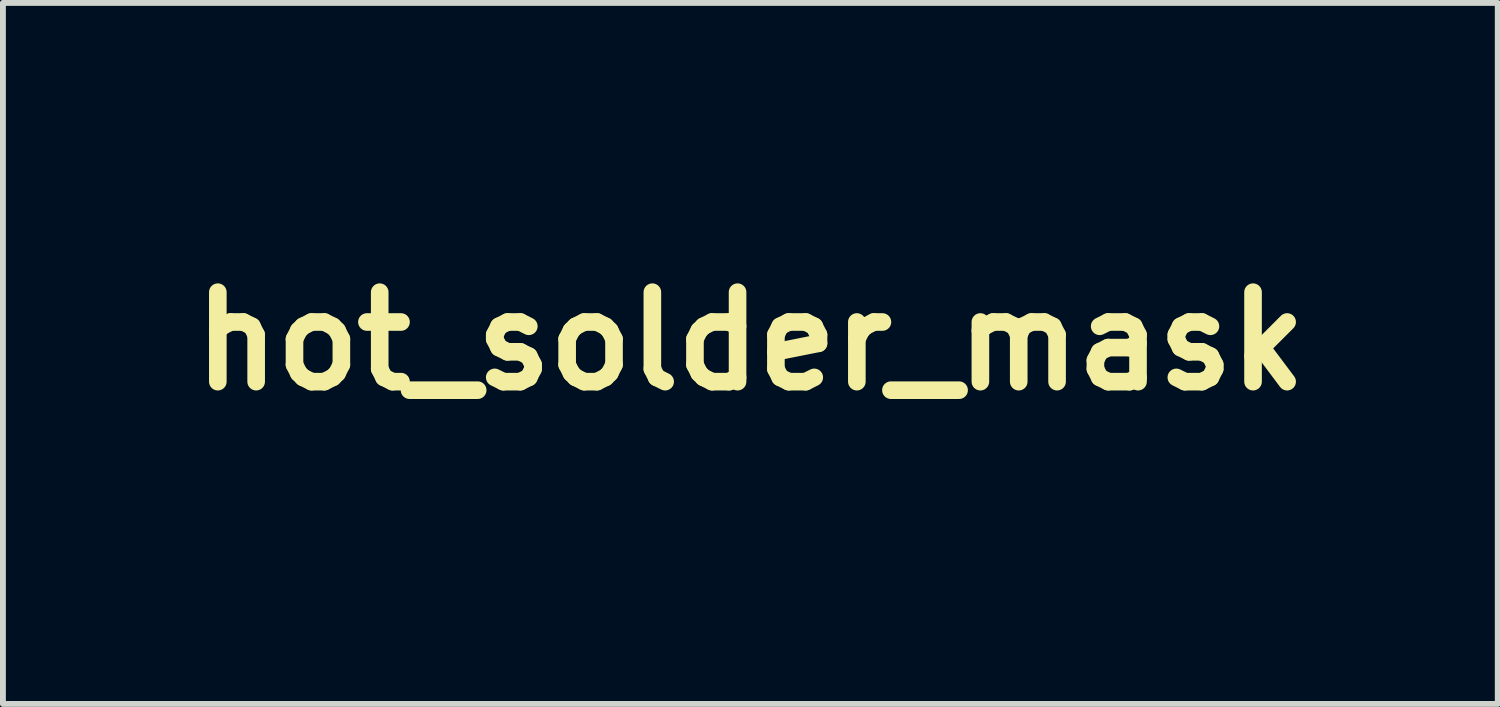
<source format=kicad_pcb>
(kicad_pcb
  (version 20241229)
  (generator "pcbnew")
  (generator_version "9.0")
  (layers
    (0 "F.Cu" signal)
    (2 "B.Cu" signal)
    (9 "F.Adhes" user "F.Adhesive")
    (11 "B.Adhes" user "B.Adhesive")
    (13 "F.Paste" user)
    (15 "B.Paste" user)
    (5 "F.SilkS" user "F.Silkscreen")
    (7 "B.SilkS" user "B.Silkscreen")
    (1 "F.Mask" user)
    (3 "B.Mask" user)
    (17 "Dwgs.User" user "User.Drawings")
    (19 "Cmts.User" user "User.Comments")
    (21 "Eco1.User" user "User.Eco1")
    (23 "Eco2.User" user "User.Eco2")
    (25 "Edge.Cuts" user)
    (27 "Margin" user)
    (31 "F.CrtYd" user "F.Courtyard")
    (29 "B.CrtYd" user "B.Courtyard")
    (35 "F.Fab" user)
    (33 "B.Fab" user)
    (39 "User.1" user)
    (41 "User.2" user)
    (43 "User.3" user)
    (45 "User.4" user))
  (footprint "hot_solder_mask"
    (layer "F.Cu")
    (at 9.732 2.762)
    (property "Reference" "hot_solder_mask" (at 0 0 0) (layer "F.SilkS") (effects (font (size 1.524 1.524) (thickness 0.3))))
    (attr through_hole)
    (fp_poly (pts (xy 0.112 -1.454) (xy 0.454 -1.028) (xy 0.671 -0.566) (xy 0.776 -0.027) (xy 0.791 0.436) (xy 0.741 1.063) (xy 0.614 1.548) (xy 0.403 1.9) (xy 0.103 2.131) (xy -0.212 2.236) (xy -0.524 2.222) (xy -0.725 2.128) (xy -0.932 1.97) (xy -1.171 1.742) (xy -1.293 1.609) (xy -1.556 1.193) (xy -1.642 0.841) (xy -1.145 0.841) (xy -1.122 1.192) (xy -1.014 1.457) (xy -0.943 1.531) (xy -0.657 1.675) (xy -0.368 1.65) (xy -0.133 1.503) (xy 0.045 1.293) (xy 0.197 1.03) (xy 0.211 0.995) (xy 0.289 0.792) (xy 0.29 0.702) (xy 0.204 0.678) (xy 0.128 0.677) (xy -0.023 0.704) (xy -0.079 0.817) (xy -0.085 0.937) (xy -0.101 1.114) (xy -0.171 1.161) (xy -0.256 1.142) (xy -0.439 1.153) (xy -0.592 1.285) (xy -0.756 1.482) (xy -0.759 1.155) (xy -0.776 0.943) (xy -0.829 0.868) (xy -0.889 0.877) (xy -1.001 0.891) (xy -0.986 0.805) (xy -0.874 0.661) (xy -0.784 0.518) (xy -0.829 0.407) (xy -0.832 0.404) (xy -0.853 0.371) (xy -0.632 0.371) (xy -0.627 0.569) (xy -0.598 0.85) (xy -0.522 0.892) (xy -0.423 0.908) (xy -0.283 0.864) (xy -0.254 0.757) (xy -0.205 0.63) (xy -0.036 0.593) (xy -0.028 0.593) (xy 0.199 0.593) (xy -0.004 0.377) (xy -0.13 0.203) (xy -0.119 0.103) (xy -0.116 0.101) (xy -0.032 -0.028) (xy -0.023 -0.085) (xy 0.01 -0.268) (xy 0.047 -0.381) (xy 0.085 -0.495) (xy 0.044 -0.487) (xy -0.056 -0.402) (xy -0.199 -0.311) (xy -0.282 -0.31) (xy -0.33 -0.293) (xy -0.339 -0.226) (xy -0.377 -0.104) (xy -0.415 -0.085) (xy -0.459 -0.017) (xy -0.448 0.085) (xy -0.455 0.226) (xy -0.531 0.254) (xy -0.601 0.278) (xy -0.632 0.371) (xy -0.853 0.371) (xy -0.925 0.261) (xy -0.865 0.182) (xy -0.762 0.169) (xy -0.621 0.115) (xy -0.605 -0.017) (xy -0.694 -0.152) (xy -0.738 -0.23) (xy -0.635 -0.254) (xy -0.61 -0.254) (xy -0.478 -0.285) (xy -0.427 -0.41) (xy -0.421 -0.529) (xy -0.413 -0.709) (xy -0.379 -0.74) (xy -0.293 -0.641) (xy -0.288 -0.635) (xy -0.185 -0.52) (xy -0.11 -0.539) (xy -0.049 -0.614) (xy 0.076 -0.744) (xy 0.146 -0.717) (xy 0.169 -0.528) (xy 0.169 -0.515) (xy 0.202 -0.325) (xy 0.275 -0.229) (xy 0.314 -0.158) (xy 0.215 -0.017) (xy 0.2 -0.001) (xy 0.08 0.138) (xy 0.076 0.23) (xy 0.179 0.348) (xy 0.312 0.467) (xy 0.381 0.508) (xy 0.414 0.432) (xy 0.425 0.238) (xy 0.417 -0.028) (xy 0.392 -0.315) (xy 0.352 -0.575) (xy 0.323 -0.697) (xy 0.217 -0.959) (xy 0.084 -1.067) (xy -0.11 -1.032) (xy -0.305 -0.926) (xy -0.568 -0.693) (xy -0.793 -0.363) (xy -0.971 0.027) (xy -1.091 0.44) (xy -1.145 0.841) (xy -1.642 0.841) (xy -1.67 0.727) (xy -1.636 0.202) (xy -1.454 -0.391) (xy -1.297 -0.737) (xy -1.062 -1.103) (xy -0.74 -1.397) (xy -0.634 -1.471) (xy -0.191 -1.765) (xy 0.112 -1.454)) (stroke (width 0.01) (type solid)) (fill yes) (layer "F.Mask"))
    (fp_poly (pts (xy -5.095 -2.681) (xy -5.063 -2.595) (xy -5.022 -2.312) (xy -5.069 -2.148) (xy -5.146 -2.011) (xy -5.233 -1.998) (xy -5.376 -2.082) (xy -5.528 -2.167) (xy -5.578 -2.146) (xy -5.531 -2.005) (xy -5.453 -1.847) (xy -5.318 -1.586) (xy -5.559 -1.646) (xy -5.8 -1.706) (xy -5.508 -1.403) (xy -5.342 -1.225) (xy -5.287 -1.135) (xy -5.331 -1.104) (xy -5.402 -1.101) (xy -5.544 -1.081) (xy -5.573 -0.999) (xy -5.495 -0.823) (xy -5.461 -0.762) (xy -5.356 -0.547) (xy -5.361 -0.446) (xy -5.478 -0.442) (xy -5.503 -0.448) (xy -5.648 -0.455) (xy -5.652 -0.372) (xy -5.567 -0.265) (xy -5.517 -0.165) (xy -5.594 -0.052) (xy -5.653 -0.000112) (xy -5.754 0.13) (xy -5.748 0.228) (xy -5.651 0.242) (xy -5.588 0.212) (xy -5.513 0.205) (xy -5.519 0.288) (xy -5.592 0.393) (xy -5.621 0.505) (xy -5.549 0.59) (xy -5.432 0.73) (xy -5.452 0.825) (xy -5.546 0.847) (xy -5.66 0.888) (xy -5.631 1.003) (xy -5.5 1.146) (xy -5.327 1.303) (xy -5.515 1.403) (xy -5.703 1.504) (xy -5.524 1.615) (xy -5.346 1.727) (xy -5.515 1.964) (xy -5.684 2.201) (xy -5.506 2.201) (xy -5.382 2.224) (xy -5.395 2.324) (xy -5.416 2.365) (xy -5.493 2.537) (xy -5.463 2.581) (xy -5.316 2.505) (xy -5.277 2.48) (xy -5.051 2.332) (xy -5.107 2.627) (xy -5.163 2.921) (xy -4.997 2.709) (xy -4.884 2.595) (xy -4.829 2.593) (xy -4.828 2.603) (xy -4.797 2.714) (xy -4.735 2.7) (xy -4.676 2.592) (xy -4.657 2.455) (xy -4.633 2.277) (xy -4.577 2.201) (xy -4.576 2.201) (xy -4.554 2.134) (xy -4.596 1.965) (xy -4.62 1.905) (xy -4.686 1.697) (xy -4.664 1.61) (xy -4.654 1.609) (xy -4.603 1.534) (xy -4.618 1.324) (xy -4.62 1.312) (xy -4.638 1.106) (xy -4.599 1.017) (xy -4.591 1.016) (xy -4.507 0.945) (xy -4.458 0.827) (xy -4.414 0.695) (xy -4.358 0.711) (xy -4.284 0.806) (xy -4.188 0.919) (xy -4.134 0.896) (xy -4.103 0.826) (xy -4.014 0.698) (xy -3.928 0.696) (xy -3.895 0.802) (xy -3.839 0.887) (xy -3.768 0.877) (xy -3.658 0.873) (xy -3.664 0.979) (xy -3.772 1.166) (xy -3.857 1.302) (xy -3.837 1.35) (xy -3.772 1.355) (xy -3.657 1.389) (xy -3.641 1.42) (xy -3.685 1.532) (xy -3.772 1.674) (xy -3.855 1.811) (xy -3.864 1.863) (xy -3.76 1.889) (xy -3.69 1.914) (xy -3.625 1.918) (xy -3.585 1.851) (xy -3.564 1.682) (xy -3.556 1.384) (xy -3.556 1.237) (xy -3.556 0.508) (xy -4.826 0.508) (xy -4.826 1.439) (xy -4.832 1.814) (xy -4.849 2.116) (xy -4.873 2.312) (xy -4.898 2.371) (xy -5.005 2.314) (xy -5.103 2.222) (xy -5.172 2.094) (xy -5.221 1.867) (xy -5.255 1.517) (xy -5.271 1.185) (xy -5.291 0.794) (xy -5.319 0.451) (xy -5.351 0.2) (xy -5.372 0.106) (xy -5.397 -0.041) (xy -5.314 -0.084) (xy -5.302 -0.085) (xy -5.233 -0.11) (xy -5.191 -0.207) (xy -5.17 -0.407) (xy -5.163 -0.741) (xy -5.163 -0.783) (xy -5.148 -1.241) (xy -5.103 -1.533) (xy -5.029 -1.664) (xy -4.923 -1.634) (xy -4.867 -1.571) (xy -4.791 -1.388) (xy -4.75 -1.07) (xy -4.741 -0.722) (xy -4.741 -0.038) (xy -4.397 -0.071) (xy -4.175 -0.108) (xy -4.094 -0.172) (xy -4.1 -0.219) (xy -3.946 -0.219) (xy -3.946 -0.124) (xy -3.822 -0.087) (xy -3.734 -0.085) (xy -3.562 -0.099) (xy -3.488 -0.174) (xy -3.471 -0.361) (xy -3.471 -0.402) (xy -3.459 -0.731) (xy -3.428 -1.058) (xy -3.386 -1.342) (xy -3.338 -1.54) (xy -3.293 -1.609) (xy -3.231 -1.535) (xy -3.156 -1.349) (xy -3.126 -1.249) (xy -3.085 -1.032) (xy -3.07 -0.749) (xy -3.079 -0.368) (xy -3.113 0.143) (xy -3.122 0.258) (xy -3.158 0.727) (xy -3.188 1.177) (xy -3.209 1.56) (xy -3.217 1.828) (xy -3.217 1.846) (xy -3.23 2.116) (xy -3.273 2.252) (xy -3.347 2.286) (xy -3.488 2.217) (xy -3.526 2.157) (xy -3.596 2.075) (xy -3.693 2.125) (xy -3.799 2.26) (xy -3.773 2.352) (xy -3.691 2.371) (xy -3.607 2.433) (xy -3.615 2.534) (xy -3.618 2.652) (xy -3.51 2.659) (xy -3.48 2.651) (xy -3.329 2.655) (xy -3.295 2.721) (xy -3.268 2.735) (xy -3.209 2.617) (xy -3.202 2.598) (xy -3.099 2.427) (xy -2.996 2.405) (xy -2.914 2.398) (xy -2.915 2.264) (xy -2.92 2.241) (xy -2.974 1.981) (xy -3.007 1.82) (xy -3.012 1.657) (xy -2.919 1.609) (xy -2.914 1.609) (xy -2.819 1.565) (xy -2.837 1.46) (xy -2.93 1.203) (xy -2.94 1.065) (xy -2.869 1.017) (xy -2.844 1.016) (xy -2.758 1.001) (xy -2.758 0.926) (xy -2.836 0.762) (xy -2.913 0.575) (xy -2.881 0.498) (xy -2.762 0.501) (xy -2.728 0.45) (xy -2.751 0.363) (xy -2.844 0.107) (xy -2.856 -0.032) (xy -2.787 -0.082) (xy -2.748 -0.085) (xy -2.65 -0.095) (xy -2.667 -0.155) (xy -2.753 -0.256) (xy -2.853 -0.411) (xy -2.815 -0.521) (xy -2.766 -0.648) (xy -2.816 -0.766) (xy -2.864 -0.931) (xy -2.801 -1.05) (xy -2.735 -1.164) (xy -2.807 -1.228) (xy -2.822 -1.234) (xy -2.908 -1.31) (xy -2.884 -1.465) (xy -2.874 -1.494) (xy -2.809 -1.683) (xy -2.82 -1.761) (xy -2.925 -1.778) (xy -2.966 -1.778) (xy -3.083 -1.797) (xy -3.079 -1.886) (xy -3.039 -1.968) (xy -2.975 -2.098) (xy -3.003 -2.099) (xy -3.115 -2.003) (xy -3.272 -1.906) (xy -3.381 -1.902) (xy -3.453 -1.881) (xy -3.471 -1.783) (xy -3.507 -1.643) (xy -3.56 -1.609) (xy -3.609 -1.533) (xy -3.594 -1.322) (xy -3.59 -1.3) (xy -3.566 -1.099) (xy -3.599 -1.04) (xy -3.631 -1.052) (xy -3.687 -1.045) (xy -3.692 -0.907) (xy -3.672 -0.754) (xy -3.644 -0.533) (xy -3.663 -0.441) (xy -3.739 -0.443) (xy -3.755 -0.449) (xy -3.872 -0.46) (xy -3.895 -0.428) (xy -3.922 -0.288) (xy -3.946 -0.219) (xy -4.1 -0.219) (xy -4.101 -0.228) (xy -4.144 -0.36) (xy -4.149 -0.39) (xy -4.209 -0.376) (xy -4.356 -0.292) (xy -4.36 -0.289) (xy -4.511 -0.213) (xy -4.565 -0.258) (xy -4.529 -0.434) (xy -4.484 -0.559) (xy -4.439 -0.749) (xy -4.495 -0.851) (xy -4.504 -0.857) (xy -4.56 -0.937) (xy -4.518 -1.078) (xy -4.461 -1.182) (xy -4.369 -1.354) (xy -4.369 -1.426) (xy -4.44 -1.439) (xy -4.549 -1.458) (xy -4.552 -1.538) (xy -4.451 -1.714) (xy -4.443 -1.727) (xy -4.361 -1.866) (xy -4.397 -1.903) (xy -4.527 -1.884) (xy -4.691 -1.892) (xy -4.744 -1.97) (xy -4.658 -2.074) (xy -4.657 -2.074) (xy -4.577 -2.198) (xy -4.575 -2.227) (xy -4.621 -2.244) (xy -4.729 -2.146) (xy -4.737 -2.138) (xy -4.89 -1.98) (xy -4.972 -1.968) (xy -4.995 -2.088) (xy -4.969 -2.18) (xy -4.938 -2.172) (xy -4.847 -2.187) (xy -4.692 -2.297) (xy -4.641 -2.343) (xy -4.476 -2.49) (xy -4.413 -2.504) (xy -4.439 -2.378) (xy -4.485 -2.249) (xy -4.528 -2.093) (xy -4.466 -2.038) (xy -4.358 -2.032) (xy -4.199 -2.019) (xy -4.162 -1.956) (xy -4.238 -1.806) (xy -4.285 -1.733) (xy -4.372 -1.586) (xy -4.359 -1.531) (xy -4.276 -1.524) (xy -4.182 -1.512) (xy -4.185 -1.448) (xy -4.275 -1.302) (xy -4.365 -1.133) (xy -4.346 -1.039) (xy -4.311 -1.011) (xy -4.245 -0.926) (xy -4.278 -0.775) (xy -4.302 -0.722) (xy -4.388 -0.505) (xy -4.386 -0.43) (xy -4.304 -0.488) (xy -4.199 -0.534) (xy -4.095 -0.442) (xy -4.013 -0.351) (xy -3.985 -0.407) (xy -3.982 -0.496) (xy -3.95 -0.639) (xy -3.846 -0.644) (xy -3.843 -0.643) (xy -3.771 -0.621) (xy -3.741 -0.646) (xy -3.752 -0.751) (xy -3.807 -0.968) (xy -3.862 -1.165) (xy -3.88 -1.301) (xy -3.807 -1.315) (xy -3.776 -1.304) (xy -3.686 -1.288) (xy -3.686 -1.37) (xy -3.724 -1.478) (xy -3.788 -1.692) (xy -3.81 -1.836) (xy -3.787 -1.922) (xy -3.694 -1.871) (xy -3.683 -1.863) (xy -3.603 -1.818) (xy -3.565 -1.883) (xy -3.556 -2.085) (xy -3.556 -2.101) (xy -3.537 -2.33) (xy -3.489 -2.479) (xy -3.471 -2.498) (xy -3.407 -2.469) (xy -3.387 -2.347) (xy -3.36 -2.145) (xy -3.272 -2.092) (xy -3.11 -2.185) (xy -3.021 -2.264) (xy -2.869 -2.389) (xy -2.806 -2.391) (xy -2.826 -2.261) (xy -2.926 -1.997) (xy -2.951 -1.881) (xy -2.86 -1.871) (xy -2.808 -1.883) (xy -2.671 -1.899) (xy -2.632 -1.828) (xy -2.682 -1.641) (xy -2.707 -1.572) (xy -2.75 -1.415) (xy -2.695 -1.359) (xy -2.623 -1.355) (xy -2.478 -1.319) (xy -2.487 -1.212) (xy -2.626 -1.057) (xy -2.797 -0.903) (xy -2.621 -0.716) (xy -2.509 -0.581) (xy -2.514 -0.513) (xy -2.587 -0.476) (xy -2.677 -0.424) (xy -2.667 -0.338) (xy -2.59 -0.211) (xy -2.503 -0.062) (xy -2.518 -0.007) (xy -2.58 0) (xy -2.694 0.048) (xy -2.677 0.196) (xy -2.573 0.384) (xy -2.486 0.531) (xy -2.506 0.585) (xy -2.617 0.593) (xy -2.734 0.604) (xy -2.75 0.669) (xy -2.674 0.833) (xy -2.669 0.842) (xy -2.561 1.09) (xy -2.559 1.213) (xy -2.664 1.217) (xy -2.682 1.21) (xy -2.781 1.199) (xy -2.766 1.305) (xy -2.766 1.306) (xy -2.7 1.506) (xy -2.654 1.673) (xy -2.631 1.824) (xy -2.69 1.852) (xy -2.747 1.834) (xy -2.831 1.818) (xy -2.864 1.878) (xy -2.856 2.05) (xy -2.835 2.214) (xy -2.806 2.467) (xy -2.815 2.587) (xy -2.869 2.611) (xy -2.911 2.598) (xy -3.034 2.615) (xy -3.165 2.774) (xy -3.214 2.86) (xy -3.321 3.048) (xy -3.381 3.1) (xy -3.422 3.031) (xy -3.434 2.994) (xy -3.521 2.861) (xy -3.66 2.859) (xy -3.781 2.871) (xy -3.801 2.786) (xy -3.779 2.68) (xy -3.76 2.511) (xy -3.833 2.456) (xy -3.851 2.455) (xy -3.967 2.412) (xy -3.941 2.294) (xy -3.873 2.213) (xy -3.82 2.109) (xy -3.906 2.004) (xy -3.93 1.985) (xy -4.04 1.886) (xy -4.023 1.795) (xy -3.946 1.703) (xy -3.856 1.574) (xy -3.896 1.51) (xy -3.91 1.505) (xy -3.976 1.444) (xy -3.945 1.306) (xy -3.92 1.249) (xy -3.863 1.082) (xy -3.904 1.001) (xy -3.94 0.984) (xy -4.074 1.009) (xy -4.141 1.083) (xy -4.207 1.168) (xy -4.263 1.116) (xy -4.307 1.016) (xy -4.392 0.804) (xy -4.397 1.037) (xy -4.429 1.206) (xy -4.492 1.27) (xy -4.539 1.324) (xy -4.521 1.368) (xy -4.479 1.511) (xy -4.448 1.744) (xy -4.443 1.813) (xy -4.416 2.077) (xy -4.369 2.291) (xy -4.357 2.322) (xy -4.328 2.438) (xy -4.409 2.438) (xy -4.43 2.43) (xy -4.546 2.431) (xy -4.572 2.536) (xy -4.603 2.763) (xy -4.68 2.923) (xy -4.75 2.963) (xy -4.815 2.893) (xy -4.826 2.815) (xy -4.851 2.747) (xy -4.936 2.803) (xy -5.044 2.921) (xy -5.261 3.175) (xy -5.218 2.856) (xy -5.196 2.653) (xy -5.219 2.589) (xy -5.31 2.633) (xy -5.358 2.666) (xy -5.552 2.776) (xy -5.65 2.773) (xy -5.639 2.667) (xy -5.559 2.468) (xy -5.537 2.413) (xy -5.546 2.311) (xy -5.664 2.286) (xy -5.807 2.264) (xy -5.822 2.184) (xy -5.707 2.024) (xy -5.652 1.962) (xy -5.546 1.816) (xy -5.537 1.728) (xy -5.546 1.723) (xy -5.687 1.651) (xy -5.757 1.607) (xy -5.842 1.528) (xy -5.774 1.452) (xy -5.757 1.441) (xy -5.601 1.351) (xy -5.546 1.325) (xy -5.539 1.251) (xy -5.631 1.109) (xy -5.656 1.081) (xy -5.778 0.934) (xy -5.787 0.858) (xy -5.708 0.813) (xy -5.615 0.761) (xy -5.638 0.683) (xy -5.717 0.591) (xy -5.805 0.47) (xy -5.8 0.423) (xy -5.796 0.372) (xy -5.874 0.266) (xy -5.966 0.142) (xy -5.929 0.056) (xy -5.833 -0.013) (xy -5.717 -0.105) (xy -5.699 -0.202) (xy -5.773 -0.371) (xy -5.788 -0.402) (xy -5.895 -0.624) (xy -5.912 -0.722) (xy -5.837 -0.716) (xy -5.75 -0.673) (xy -5.578 -0.613) (xy -5.523 -0.674) (xy -5.581 -0.834) (xy -5.657 -1.028) (xy -5.668 -1.177) (xy -5.615 -1.234) (xy -5.573 -1.218) (xy -5.559 -1.24) (xy -5.633 -1.363) (xy -5.71 -1.467) (xy -5.947 -1.778) (xy -5.723 -1.778) (xy -5.577 -1.786) (xy -5.544 -1.842) (xy -5.609 -1.992) (xy -5.633 -2.038) (xy -5.73 -2.272) (xy -5.722 -2.388) (xy -5.613 -2.376) (xy -5.488 -2.292) (xy -5.322 -2.173) (xy -5.219 -2.117) (xy -5.215 -2.117) (xy -5.183 -2.192) (xy -5.162 -2.382) (xy -5.158 -2.477) (xy -5.151 -2.694) (xy -5.134 -2.757) (xy -5.095 -2.681)) (stroke (width 0.01) (type solid)) (fill yes) (layer "F.Mask"))
    (fp_poly (pts (xy -0.374 -2.595) (xy -0.299 -2.433) (xy -0.177 -2.199) (xy -0.067 -2.128) (xy 0.042 -2.215) (xy 0.085 -2.286) (xy 0.203 -2.432) (xy 0.298 -2.428) (xy 0.34 -2.274) (xy 0.34 -2.265) (xy 0.364 -2.019) (xy 0.391 -1.886) (xy 0.442 -1.698) (xy 0.599 -1.886) (xy 0.756 -2.074) (xy 0.77 -1.841) (xy 0.787 -1.638) (xy 0.804 -1.524) (xy 0.83 -1.368) (xy 0.836 -1.302) (xy 0.866 -1.212) (xy 0.959 -1.258) (xy 0.977 -1.273) (xy 1.057 -1.398) (xy 1.023 -1.467) (xy 1.003 -1.577) (xy 1.081 -1.657) (xy 1.174 -1.745) (xy 1.154 -1.834) (xy 1.065 -1.94) (xy 0.956 -2.102) (xy 0.983 -2.176) (xy 1.133 -2.143) (xy 1.184 -2.117) (xy 1.312 -2.059) (xy 1.316 -2.109) (xy 1.27 -2.202) (xy 1.21 -2.381) (xy 1.258 -2.443) (xy 1.382 -2.37) (xy 1.44 -2.305) (xy 1.596 -2.113) (xy 1.655 -2.3) (xy 1.702 -2.421) (xy 1.749 -2.41) (xy 1.834 -2.259) (xy 1.957 -2.076) (xy 2.061 -2.057) (xy 2.165 -2.204) (xy 2.201 -2.286) (xy 2.309 -2.481) (xy 2.398 -2.53) (xy 2.45 -2.43) (xy 2.455 -2.342) (xy 2.488 -2.133) (xy 2.582 -2.075) (xy 2.683 -2.13) (xy 2.801 -2.174) (xy 2.905 -2.082) (xy 2.979 -2.007) (xy 3.039 -2.047) (xy 3.114 -2.224) (xy 3.124 -2.252) (xy 3.238 -2.567) (xy 3.355 -2.289) (xy 3.445 -2.112) (xy 3.524 -2.072) (xy 3.599 -2.117) (xy 3.741 -2.177) (xy 3.842 -2.126) (xy 3.947 -2.087) (xy 4.055 -2.181) (xy 4.098 -2.242) (xy 4.242 -2.417) (xy 4.349 -2.43) (xy 4.427 -2.28) (xy 4.439 -2.236) (xy 4.496 -2.09) (xy 4.575 -2.088) (xy 4.614 -2.116) (xy 4.757 -2.175) (xy 4.822 -2.161) (xy 4.949 -2.164) (xy 5.099 -2.239) (xy 5.319 -2.355) (xy 5.45 -2.338) (xy 5.482 -2.188) (xy 5.481 -2.18) (xy 5.491 -2.047) (xy 5.593 -2.01) (xy 5.703 -2.018) (xy 5.876 -2.015) (xy 5.911 -1.943) (xy 5.908 -1.933) (xy 5.815 -1.835) (xy 5.771 -1.829) (xy 5.615 -1.84) (xy 5.451 -1.85) (xy 5.293 -1.885) (xy 5.264 -1.989) (xy 5.274 -2.032) (xy 5.297 -2.142) (xy 5.259 -2.148) (xy 5.125 -2.05) (xy 5.102 -2.031) (xy 4.917 -1.922) (xy 4.788 -1.944) (xy 4.779 -1.951) (xy 4.662 -1.994) (xy 4.617 -1.951) (xy 4.509 -1.865) (xy 4.407 -1.937) (xy 4.351 -2.083) (xy 4.295 -2.303) (xy 4.097 -2.062) (xy 3.958 -1.912) (xy 3.871 -1.886) (xy 3.806 -1.947) (xy 3.719 -2.024) (xy 3.669 -1.968) (xy 3.567 -1.869) (xy 3.437 -1.901) (xy 3.339 -2.048) (xy 3.294 -2.166) (xy 3.246 -2.153) (xy 3.159 -2) (xy 3.158 -1.998) (xy 3.064 -1.843) (xy 2.985 -1.823) (xy 2.881 -1.903) (xy 2.735 -1.987) (xy 2.67 -1.953) (xy 2.562 -1.866) (xy 2.461 -1.937) (xy 2.402 -2.087) (xy 2.346 -2.311) (xy 2.229 -2.087) (xy 2.099 -1.903) (xy 1.98 -1.883) (xy 1.868 -2.011) (xy 1.786 -2.107) (xy 1.713 -2.054) (xy 1.704 -2.042) (xy 1.602 -1.964) (xy 1.555 -1.97) (xy 1.444 -1.955) (xy 1.377 -1.901) (xy 1.321 -1.78) (xy 1.361 -1.732) (xy 1.38 -1.648) (xy 1.302 -1.569) (xy 1.205 -1.482) (xy 1.256 -1.43) (xy 1.339 -1.402) (xy 1.484 -1.326) (xy 1.524 -1.264) (xy 1.473 -1.19) (xy 1.351 -1.233) (xy 1.287 -1.287) (xy 1.205 -1.336) (xy 1.185 -1.24) (xy 1.223 -1.139) (xy 1.27 -1.143) (xy 1.348 -1.133) (xy 1.355 -1.099) (xy 1.428 -1.041) (xy 1.62 -1.061) (xy 1.8 -1.09) (xy 1.86 -1.043) (xy 1.843 -0.895) (xy 1.823 -0.744) (xy 1.865 -0.736) (xy 1.944 -0.801) (xy 2.119 -0.919) (xy 2.215 -0.891) (xy 2.224 -0.72) (xy 2.22 -0.699) (xy 2.178 -0.466) (xy 2.397 -0.699) (xy 2.59 -0.863) (xy 2.748 -0.931) (xy 2.84 -0.896) (xy 2.836 -0.762) (xy 2.829 -0.629) (xy 2.95 -0.593) (xy 2.958 -0.593) (xy 3.102 -0.539) (xy 3.12 -0.408) (xy 3.028 -0.267) (xy 2.967 -0.164) (xy 3.036 -0.092) (xy 3.102 -0.015) (xy 3.062 0.11) (xy 3.012 0.191) (xy 2.923 0.344) (xy 2.934 0.417) (xy 3.01 0.455) (xy 3.142 0.493) (xy 3.227 0.467) (xy 3.275 0.35) (xy 3.297 0.118) (xy 3.302 -0.256) (xy 3.302 -0.284) (xy 3.302 -1.076) (xy 2.605 -1.124) (xy 2.249 -1.154) (xy 2.017 -1.194) (xy 1.865 -1.258) (xy 1.748 -1.359) (xy 1.716 -1.395) (xy 1.587 -1.562) (xy 1.525 -1.675) (xy 1.524 -1.682) (xy 1.603 -1.706) (xy 1.821 -1.724) (xy 2.146 -1.737) (xy 2.546 -1.741) (xy 2.646 -1.741) (xy 3.149 -1.742) (xy 3.67 -1.749) (xy 4.145 -1.762) (xy 4.485 -1.776) (xy 4.834 -1.793) (xy 5.054 -1.792) (xy 5.184 -1.762) (xy 5.264 -1.697) (xy 5.33 -1.59) (xy 5.399 -1.412) (xy 5.391 -1.299) (xy 5.39 -1.298) (xy 5.28 -1.263) (xy 5.045 -1.227) (xy 4.727 -1.196) (xy 4.602 -1.187) (xy 3.88 -1.143) (xy 3.839 0.548) (xy 3.823 1.071) (xy 3.804 1.54) (xy 3.782 1.926) (xy 3.76 2.203) (xy 3.738 2.343) (xy 3.735 2.35) (xy 3.662 2.406) (xy 3.534 2.35) (xy 3.449 2.287) (xy 3.31 2.145) (xy 3.235 1.963) (xy 3.202 1.678) (xy 3.2 1.654) (xy 3.182 1.395) (xy 3.153 1.275) (xy 3.096 1.265) (xy 3.006 1.324) (xy 2.889 1.424) (xy 2.908 1.498) (xy 2.997 1.569) (xy 3.101 1.66) (xy 3.086 1.737) (xy 2.959 1.849) (xy 2.76 2.01) (xy 2.951 2.07) (xy 3.08 2.136) (xy 3.061 2.227) (xy 3.042 2.251) (xy 2.996 2.342) (xy 3.091 2.37) (xy 3.131 2.371) (xy 3.262 2.394) (xy 3.284 2.496) (xy 3.262 2.601) (xy 3.23 2.758) (xy 3.266 2.771) (xy 3.366 2.686) (xy 3.532 2.561) (xy 3.618 2.574) (xy 3.647 2.729) (xy 3.647 2.731) (xy 3.664 2.82) (xy 3.712 2.773) (xy 3.796 2.598) (xy 3.899 2.415) (xy 3.989 2.337) (xy 4.014 2.344) (xy 4.05 2.318) (xy 4.048 2.163) (xy 4.039 2.095) (xy 4.026 1.878) (xy 4.065 1.78) (xy 4.076 1.778) (xy 4.124 1.706) (xy 4.109 1.535) (xy 4.096 1.341) (xy 4.181 1.244) (xy 4.2 1.236) (xy 4.297 1.184) (xy 4.256 1.118) (xy 4.194 1.071) (xy 4.095 0.969) (xy 4.117 0.849) (xy 4.16 0.774) (xy 4.231 0.625) (xy 4.192 0.535) (xy 4.149 0.504) (xy 4.069 0.425) (xy 4.127 0.34) (xy 4.166 0.309) (xy 4.264 0.215) (xy 4.235 0.127) (xy 4.166 0.054) (xy 4.075 -0.07) (xy 4.118 -0.15) (xy 4.131 -0.158) (xy 4.197 -0.269) (xy 4.195 -0.497) (xy 4.18 -0.597) (xy 4.121 -0.969) (xy 4.339 -0.826) (xy 4.497 -0.738) (xy 4.574 -0.751) (xy 4.604 -0.808) (xy 4.713 -0.921) (xy 4.884 -0.885) (xy 5.01 -0.791) (xy 5.124 -0.701) (xy 5.162 -0.744) (xy 5.165 -0.839) (xy 5.181 -0.95) (xy 5.253 -0.987) (xy 5.415 -0.952) (xy 5.651 -0.868) (xy 5.718 -0.888) (xy 5.714 -1.04) (xy 5.706 -1.084) (xy 5.691 -1.273) (xy 5.761 -1.359) (xy 5.812 -1.375) (xy 5.899 -1.41) (xy 5.85 -1.464) (xy 5.739 -1.522) (xy 5.59 -1.619) (xy 5.55 -1.7) (xy 5.551 -1.701) (xy 5.642 -1.706) (xy 5.818 -1.634) (xy 5.887 -1.596) (xy 6.075 -1.453) (xy 6.125 -1.339) (xy 6.032 -1.276) (xy 5.953 -1.27) (xy 5.868 -1.235) (xy 5.852 -1.102) (xy 5.869 -0.965) (xy 5.892 -0.767) (xy 5.86 -0.695) (xy 5.754 -0.711) (xy 5.753 -0.711) (xy 5.525 -0.782) (xy 5.419 -0.814) (xy 5.297 -0.824) (xy 5.253 -0.723) (xy 5.249 -0.629) (xy 5.249 -0.392) (xy 4.995 -0.635) (xy 4.839 -0.762) (xy 4.743 -0.796) (xy 4.731 -0.778) (xy 4.703 -0.612) (xy 4.699 -0.593) (xy 4.668 -0.431) (xy 4.664 -0.402) (xy 4.61 -0.392) (xy 4.491 -0.493) (xy 4.441 -0.55) (xy 4.231 -0.804) (xy 4.327 -0.523) (xy 4.381 -0.294) (xy 4.341 -0.159) (xy 4.33 -0.147) (xy 4.289 -0.033) (xy 4.373 0.099) (xy 4.464 0.217) (xy 4.433 0.277) (xy 4.37 0.304) (xy 4.279 0.379) (xy 4.321 0.469) (xy 4.364 0.612) (xy 4.302 0.76) (xy 4.237 0.906) (xy 4.293 0.996) (xy 4.345 1.028) (xy 4.449 1.104) (xy 4.43 1.187) (xy 4.353 1.278) (xy 4.256 1.431) (xy 4.28 1.598) (xy 4.305 1.655) (xy 4.384 1.845) (xy 4.385 1.928) (xy 4.301 1.947) (xy 4.275 1.947) (xy 4.196 1.982) (xy 4.179 2.114) (xy 4.2 2.281) (xy 4.225 2.492) (xy 4.2 2.577) (xy 4.108 2.576) (xy 4.088 2.571) (xy 3.959 2.578) (xy 3.873 2.709) (xy 3.845 2.794) (xy 3.755 2.998) (xy 3.658 3.05) (xy 3.576 2.945) (xy 3.555 2.876) (xy 3.512 2.693) (xy 3.352 2.871) (xy 3.183 3.02) (xy 3.089 3.021) (xy 3.076 2.876) (xy 3.09 2.794) (xy 3.115 2.617) (xy 3.05 2.55) (xy 2.885 2.54) (xy 2.683 2.509) (xy 2.633 2.426) (xy 2.743 2.309) (xy 2.773 2.29) (xy 2.876 2.213) (xy 2.83 2.148) (xy 2.773 2.112) (xy 2.639 1.988) (xy 2.674 1.881) (xy 2.808 1.816) (xy 2.992 1.758) (xy 2.795 1.609) (xy 2.598 1.461) (xy 2.833 1.307) (xy 3.068 1.153) (xy 2.882 1.002) (xy 2.761 0.849) (xy 2.776 0.727) (xy 2.923 0.677) (xy 2.923 0.677) (xy 3.004 0.736) (xy 2.996 0.798) (xy 3.025 0.928) (xy 3.126 1.012) (xy 3.252 1.061) (xy 3.297 0.994) (xy 3.302 0.871) (xy 3.273 0.695) (xy 3.153 0.629) (xy 3.082 0.622) (xy 2.841 0.571) (xy 2.753 0.45) (xy 2.817 0.255) (xy 2.838 0.221) (xy 2.929 0.068) (xy 2.922 0.009) (xy 2.846 0) (xy 2.724 -0.043) (xy 2.742 -0.154) (xy 2.836 -0.254) (xy 2.953 -0.395) (xy 2.91 -0.483) (xy 2.754 -0.508) (xy 2.605 -0.535) (xy 2.588 -0.635) (xy 2.594 -0.656) (xy 2.579 -0.69) (xy 2.484 -0.607) (xy 2.416 -0.529) (xy 2.261 -0.359) (xy 2.147 -0.262) (xy 2.125 -0.254) (xy 2.092 -0.327) (xy 2.097 -0.505) (xy 2.1 -0.529) (xy 2.138 -0.804) (xy 1.916 -0.599) (xy 1.734 -0.46) (xy 1.646 -0.461) (xy 1.653 -0.6) (xy 1.691 -0.713) (xy 1.738 -0.861) (xy 1.7 -0.92) (xy 1.542 -0.922) (xy 1.46 -0.915) (xy 1.239 -0.875) (xy 1.138 -0.784) (xy 1.117 -0.705) (xy 1.125 -0.571) (xy 1.235 -0.56) (xy 1.265 -0.567) (xy 1.381 -0.592) (xy 1.426 -0.563) (xy 1.407 -0.448) (xy 1.327 -0.21) (xy 1.315 -0.177) (xy 1.243 0.043) (xy 1.24 0.158) (xy 1.319 0.222) (xy 1.412 0.26) (xy 1.633 0.344) (xy 1.443 0.547) (xy 1.319 0.697) (xy 1.308 0.809) (xy 1.386 0.942) (xy 1.467 1.078) (xy 1.436 1.158) (xy 1.27 1.24) (xy 1.265 1.242) (xy 1.095 1.324) (xy 1.061 1.405) (xy 1.138 1.547) (xy 1.148 1.562) (xy 1.236 1.716) (xy 1.207 1.796) (xy 1.059 1.863) (xy 0.899 1.955) (xy 0.882 2.075) (xy 0.89 2.097) (xy 0.979 2.334) (xy 0.981 2.452) (xy 0.879 2.484) (xy 0.713 2.471) (xy 0.508 2.454) (xy 0.43 2.494) (xy 0.437 2.628) (xy 0.451 2.699) (xy 0.451 2.903) (xy 0.364 2.971) (xy 0.218 2.889) (xy 0.169 2.836) (xy 0.028 2.72) (xy -0.075 2.768) (xy -0.135 2.921) (xy -0.198 3.091) (xy -0.279 3.108) (xy -0.395 2.972) (xy -0.452 2.879) (xy -0.597 2.679) (xy -0.708 2.64) (xy -0.793 2.761) (xy -0.807 2.803) (xy -0.873 2.915) (xy -0.952 2.87) (xy -1.048 2.662) (xy -1.097 2.52) (xy -1.198 2.203) (xy -1.446 2.332) (xy -1.693 2.46) (xy -1.693 2.119) (xy -1.704 1.9) (xy -1.758 1.802) (xy -1.885 1.778) (xy -1.914 1.778) (xy -2.07 1.753) (xy -2.09 1.663) (xy -2.083 1.643) (xy -1.985 1.35) (xy -1.972 1.18) (xy -2.043 1.108) (xy -2.107 1.101) (xy -2.239 1.087) (xy -2.273 1.023) (xy -2.21 0.876) (xy -2.113 0.714) (xy -2.008 0.53) (xy -1.992 0.433) (xy -2.063 0.368) (xy -2.092 0.351) (xy -2.185 0.282) (xy -2.171 0.202) (xy -2.053 0.065) (xy -1.932 -0.092) (xy -1.934 -0.2) (xy -1.969 -0.243) (xy -2.022 -0.346) (xy -1.935 -0.453) (xy -1.912 -0.47) (xy -1.802 -0.571) (xy -1.823 -0.666) (xy -1.891 -0.746) (xy -2.013 -0.91) (xy -1.996 -0.994) (xy -1.841 -1.017) (xy -1.59 -1.05) (xy -1.481 -1.157) (xy -1.501 -1.359) (xy -1.564 -1.518) (xy -1.648 -1.736) (xy -1.679 -1.884) (xy -1.672 -1.912) (xy -1.573 -1.909) (xy -1.394 -1.84) (xy -1.367 -1.827) (xy -1.118 -1.715) (xy -0.984 -1.714) (xy -0.939 -1.84) (xy -0.953 -2.078) (xy -0.966 -2.33) (xy -0.929 -2.431) (xy -0.9 -2.431) (xy -0.815 -2.333) (xy -0.813 -2.3) (xy -0.821 -2.156) (xy -0.832 -1.924) (xy -0.834 -1.863) (xy -0.858 -1.639) (xy -0.924 -1.541) (xy -1.011 -1.524) (xy -1.173 -1.563) (xy -1.228 -1.609) (xy -1.333 -1.692) (xy -1.413 -1.652) (xy -1.412 -1.545) (xy -1.327 -1.267) (xy -1.298 -1.11) (xy -1.333 -1.032) (xy -1.44 -0.992) (xy -1.522 -0.974) (xy -1.698 -0.926) (xy -1.731 -0.867) (xy -1.651 -0.763) (xy -1.565 -0.643) (xy -1.601 -0.555) (xy -1.705 -0.475) (xy -1.835 -0.372) (xy -1.832 -0.3) (xy -1.738 -0.224) (xy -1.641 -0.138) (xy -1.659 -0.066) (xy -1.808 0.042) (xy -1.812 0.045) (xy -1.96 0.155) (xy -1.974 0.225) (xy -1.907 0.275) (xy -1.828 0.339) (xy -1.831 0.434) (xy -1.921 0.61) (xy -1.944 0.649) (xy -2.052 0.839) (xy -2.074 0.931) (xy -2.011 0.974) (xy -1.949 0.991) (xy -1.818 1.046) (xy -1.787 1.147) (xy -1.843 1.343) (xy -1.859 1.386) (xy -1.898 1.544) (xy -1.83 1.609) (xy -1.753 1.624) (xy -1.625 1.672) (xy -1.587 1.799) (xy -1.594 1.926) (xy -1.6 2.13) (xy -1.541 2.191) (xy -1.386 2.133) (xy -1.347 2.112) (xy -1.23 2.075) (xy -1.145 2.14) (xy -1.051 2.333) (xy -0.962 2.524) (xy -0.899 2.577) (xy -0.827 2.514) (xy -0.814 2.496) (xy -0.737 2.417) (xy -0.657 2.436) (xy -0.533 2.57) (xy -0.481 2.635) (xy -0.342 2.803) (xy -0.276 2.845) (xy -0.256 2.774) (xy -0.255 2.735) (xy -0.206 2.541) (xy -0.081 2.488) (xy 0.076 2.574) (xy 0.227 2.691) (xy 0.289 2.669) (xy 0.275 2.502) (xy 0.272 2.485) (xy 0.256 2.339) (xy 0.311 2.287) (xy 0.481 2.301) (xy 0.538 2.31) (xy 0.751 2.32) (xy 0.848 2.275) (xy 0.808 2.192) (xy 0.762 2.159) (xy 0.678 2.035) (xy 0.731 1.89) (xy 0.904 1.772) (xy 0.91 1.77) (xy 1.061 1.701) (xy 1.068 1.647) (xy 0.995 1.599) (xy 0.862 1.461) (xy 0.884 1.311) (xy 1.055 1.187) (xy 1.07 1.181) (xy 1.222 1.112) (xy 1.231 1.038) (xy 1.134 0.921) (xy 1.03 0.789) (xy 1.045 0.699) (xy 1.165 0.592) (xy 1.322 0.444) (xy 1.331 0.364) (xy 1.195 0.339) (xy 1.185 0.339) (xy 1.067 0.33) (xy 1.027 0.279) (xy 1.062 0.145) (xy 1.143 -0.055) (xy 1.236 -0.288) (xy 1.257 -0.398) (xy 1.201 -0.42) (xy 1.092 -0.397) (xy 0.985 -0.381) (xy 0.943 -0.436) (xy 0.952 -0.599) (xy 0.971 -0.733) (xy 1 -0.965) (xy 0.986 -1.067) (xy 0.915 -1.078) (xy 0.853 -1.06) (xy 0.747 -1.042) (xy 0.696 -1.101) (xy 0.679 -1.274) (xy 0.677 -1.41) (xy 0.677 -1.816) (xy 0.531 -1.607) (xy 0.385 -1.398) (xy 0.291 -1.863) (xy 0.236 -2.124) (xy 0.197 -2.239) (xy 0.155 -2.228) (xy 0.093 -2.112) (xy 0.085 -2.095) (xy -0.026 -1.91) (xy -0.119 -1.887) (xy -0.215 -2.028) (xy -0.254 -2.117) (xy -0.347 -2.291) (xy -0.429 -2.37) (xy -0.434 -2.371) (xy -0.486 -2.297) (xy -0.508 -2.12) (xy -0.508 -2.117) (xy -0.538 -1.925) (xy -0.608 -1.866) (xy -0.693 -1.955) (xy -0.711 -1.997) (xy -0.758 -2.153) (xy -0.723 -2.182) (xy -0.677 -2.159) (xy -0.612 -2.187) (xy -0.591 -2.302) (xy -0.557 -2.515) (xy -0.511 -2.623) (xy -0.446 -2.673) (xy -0.374 -2.595)) (stroke (width 0.01) (type solid)) (fill yes) (layer "F.Mask")))
  (gr_rect
    (start -3 -3)
    (end 22.464 8.942)
    (stroke (width 0.1) (type default))
    (fill no)
    (layer "Edge.Cuts")))
</source>
